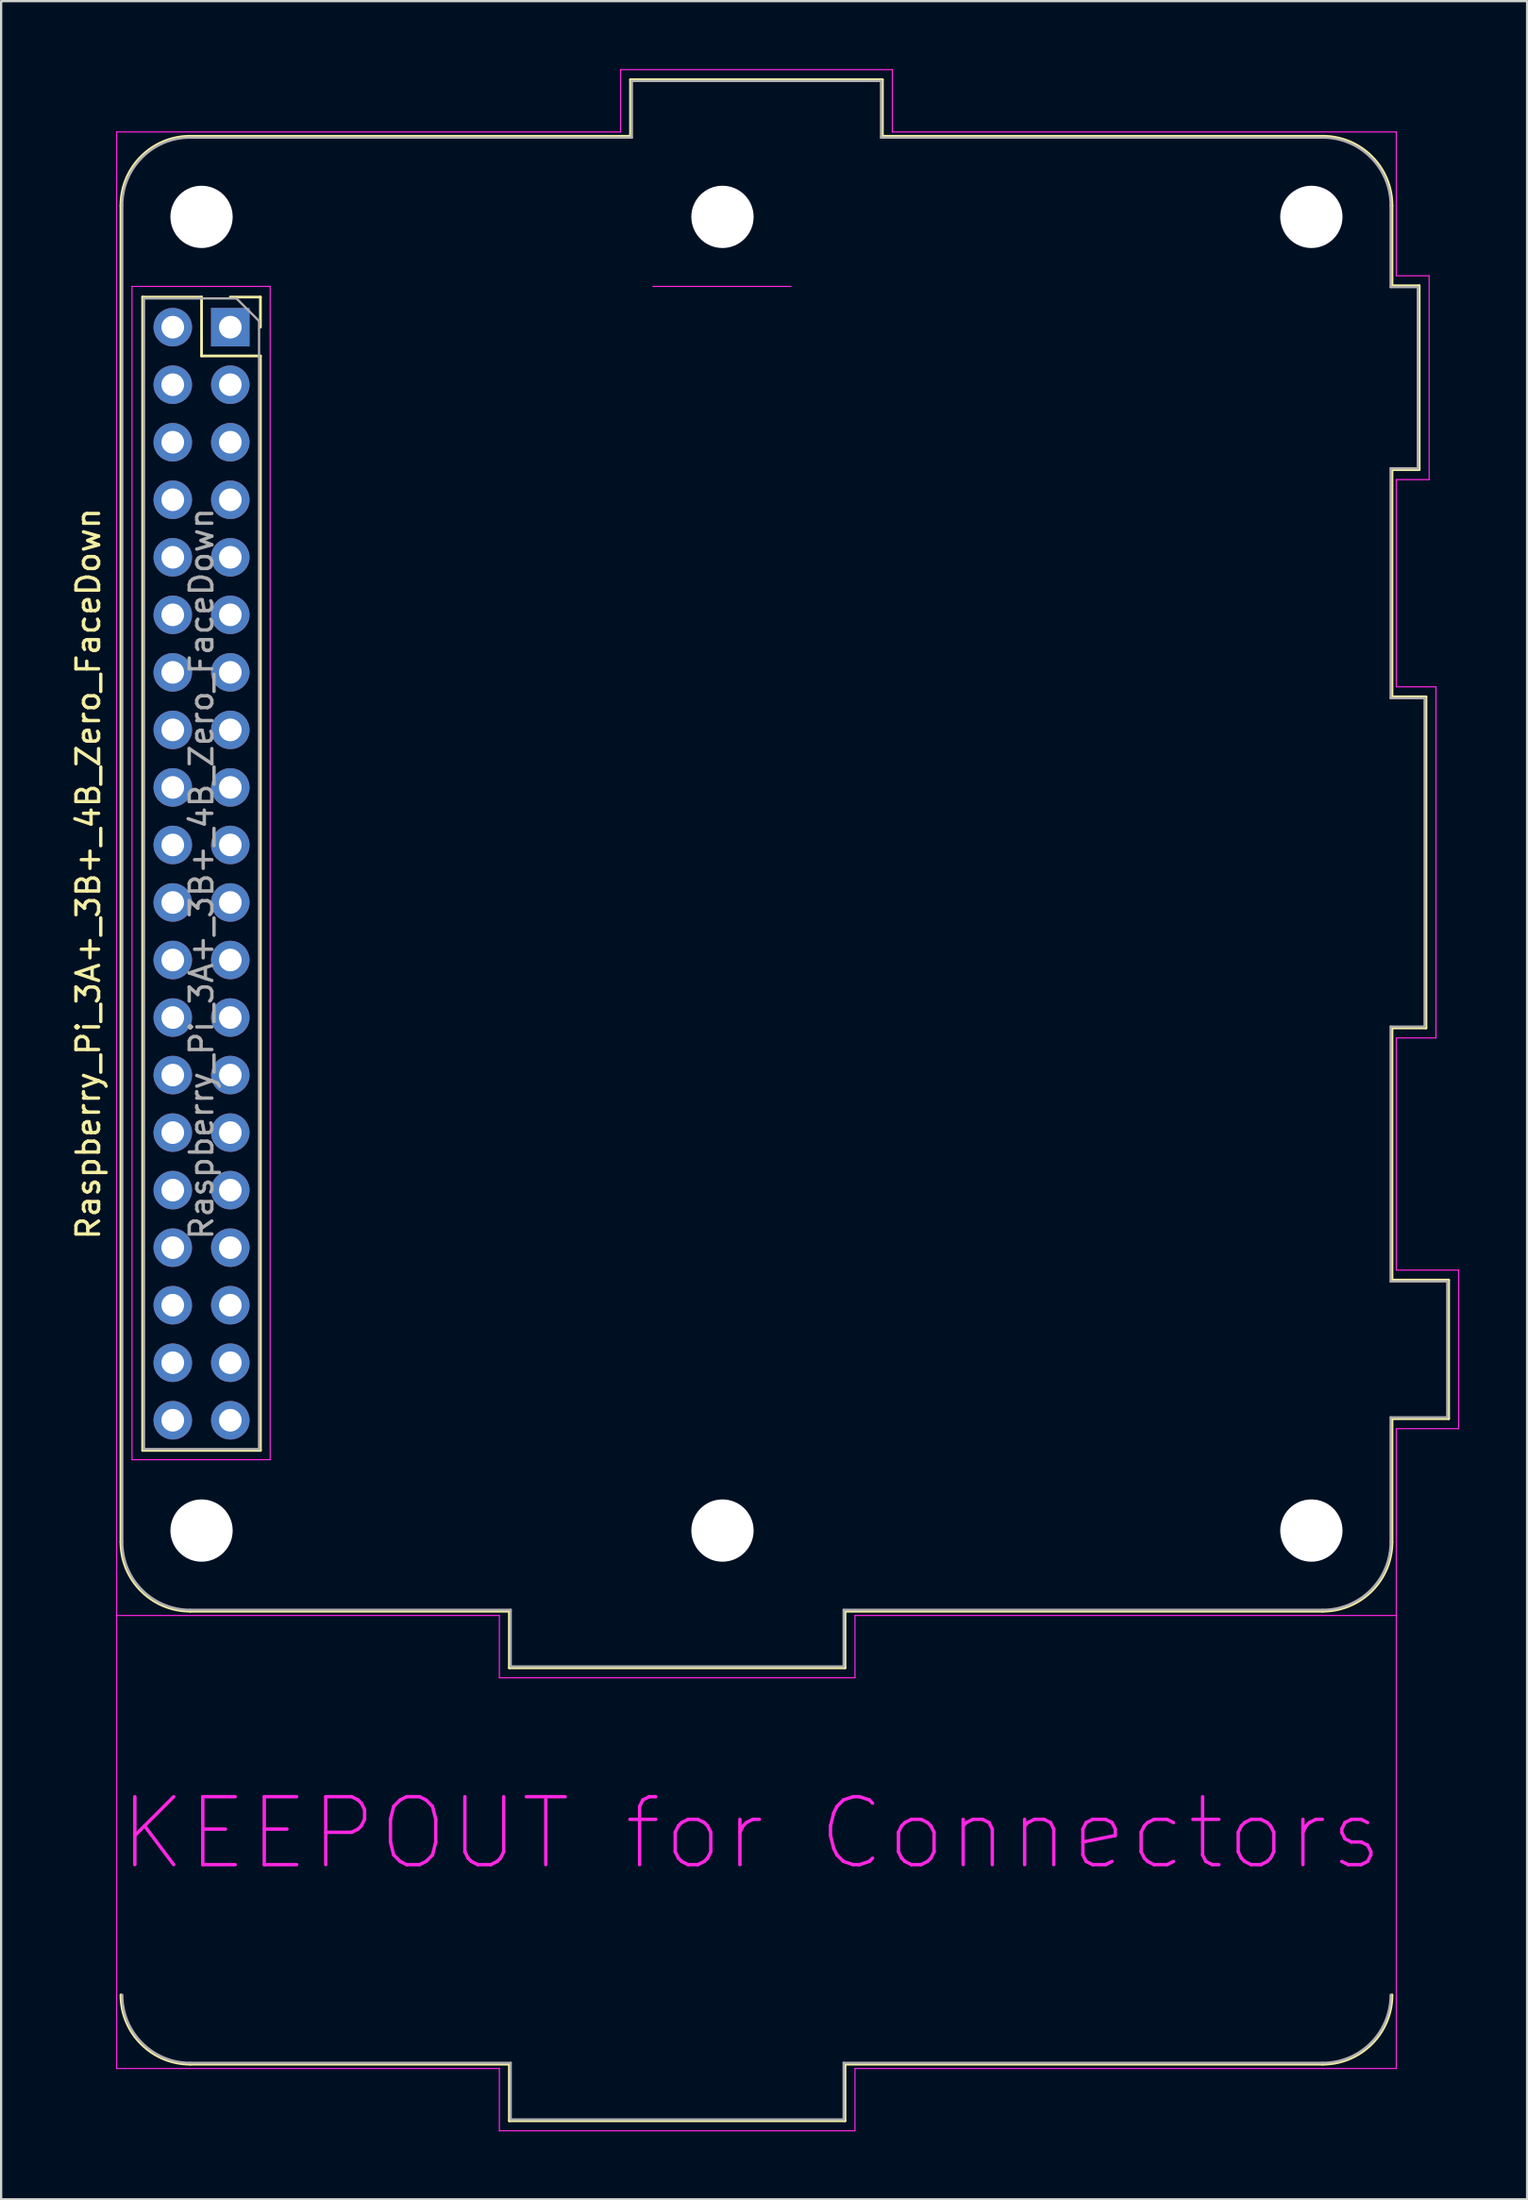
<source format=kicad_pcb>
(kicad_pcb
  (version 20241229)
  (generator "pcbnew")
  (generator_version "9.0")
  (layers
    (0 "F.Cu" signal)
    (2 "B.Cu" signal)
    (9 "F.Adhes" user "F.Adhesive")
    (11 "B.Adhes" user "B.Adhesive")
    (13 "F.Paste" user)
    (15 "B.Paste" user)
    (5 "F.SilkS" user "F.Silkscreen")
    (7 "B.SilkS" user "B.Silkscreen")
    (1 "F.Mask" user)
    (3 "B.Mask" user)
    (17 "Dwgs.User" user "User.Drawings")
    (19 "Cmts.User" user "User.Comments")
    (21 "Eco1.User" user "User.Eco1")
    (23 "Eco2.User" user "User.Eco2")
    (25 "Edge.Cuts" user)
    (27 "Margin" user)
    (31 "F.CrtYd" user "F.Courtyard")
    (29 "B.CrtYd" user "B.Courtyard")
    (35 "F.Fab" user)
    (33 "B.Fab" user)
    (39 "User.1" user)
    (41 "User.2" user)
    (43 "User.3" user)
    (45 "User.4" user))
  (footprint "Raspberry_Pi_3A+_3B+_4B_Zero_FaceDown"
    (layer "F.Cu")
    (at 7.118 11.395)
    (property "Reference" "Raspberry_Pi_3A+_3B+_4B_Zero_FaceDown" (at -6.27 24.13 90) (layer "F.SilkS") (effects (font (size 1 1) (thickness 0.15))))
    (attr through_hole)
    (fp_line (start -4.83 53.63) (end -4.83 -5.37) (stroke (width 0.12) (type solid)) (layer "F.SilkS"))
    (fp_line (start -3.87 -1.33) (end -3.87 49.59) (stroke (width 0.12) (type solid)) (layer "F.SilkS"))
    (fp_line (start -3.87 -1.33) (end -1.27 -1.33) (stroke (width 0.12) (type solid)) (layer "F.SilkS"))
    (fp_line (start -3.87 49.59) (end 1.33 49.59) (stroke (width 0.12) (type solid)) (layer "F.SilkS"))
    (fp_line (start -1.77 -8.43) (end 17.67 -8.43) (stroke (width 0.12) (type solid)) (layer "F.SilkS"))
    (fp_line (start -1.77 56.69) (end 12.32 56.69) (stroke (width 0.12) (type solid)) (layer "F.SilkS"))
    (fp_line (start -1.77 76.69) (end 12.32 76.69) (stroke (width 0.12) (type solid)) (layer "F.SilkS"))
    (fp_line (start -1.27 -1.33) (end -1.27 1.27) (stroke (width 0.12) (type solid)) (layer "F.SilkS"))
    (fp_line (start -1.27 1.27) (end 1.33 1.27) (stroke (width 0.12) (type solid)) (layer "F.SilkS"))
    (fp_line (start 0 -1.33) (end 1.33 -1.33) (stroke (width 0.12) (type solid)) (layer "F.SilkS"))
    (fp_line (start 1.33 -1.33) (end 1.33 0) (stroke (width 0.12) (type solid)) (layer "F.SilkS"))
    (fp_line (start 1.33 1.27) (end 1.33 49.59) (stroke (width 0.12) (type solid)) (layer "F.SilkS"))
    (fp_line (start 12.32 56.69) (end 12.32 59.19) (stroke (width 0.12) (type solid)) (layer "F.SilkS"))
    (fp_line (start 12.32 59.19) (end 27.14 59.19) (stroke (width 0.12) (type solid)) (layer "F.SilkS"))
    (fp_line (start 12.32 76.69) (end 12.32 79.19) (stroke (width 0.12) (type solid)) (layer "F.SilkS"))
    (fp_line (start 12.32 79.19) (end 27.14 79.19) (stroke (width 0.12) (type solid)) (layer "F.SilkS"))
    (fp_line (start 17.67 -10.93) (end 17.67 -8.43) (stroke (width 0.12) (type solid)) (layer "F.SilkS"))
    (fp_line (start 27.14 56.69) (end 48.23 56.69) (stroke (width 0.12) (type solid)) (layer "F.SilkS"))
    (fp_line (start 27.14 59.19) (end 27.14 56.69) (stroke (width 0.12) (type solid)) (layer "F.SilkS"))
    (fp_line (start 27.14 76.69) (end 48.23 76.69) (stroke (width 0.12) (type solid)) (layer "F.SilkS"))
    (fp_line (start 27.14 79.19) (end 27.14 76.69) (stroke (width 0.12) (type solid)) (layer "F.SilkS"))
    (fp_line (start 28.79 -10.93) (end 17.67 -10.93) (stroke (width 0.12) (type solid)) (layer "F.SilkS"))
    (fp_line (start 28.79 -8.43) (end 28.79 -10.93) (stroke (width 0.12) (type solid)) (layer "F.SilkS"))
    (fp_line (start 48.23 -8.43) (end 28.79 -8.43) (stroke (width 0.12) (type solid)) (layer "F.SilkS"))
    (fp_line (start 51.29 -5.37) (end 51.29 -1.83) (stroke (width 0.12) (type solid)) (layer "F.SilkS"))
    (fp_line (start 51.29 -1.83) (end 52.49 -1.83) (stroke (width 0.12) (type solid)) (layer "F.SilkS"))
    (fp_line (start 51.29 6.29) (end 51.29 16.32) (stroke (width 0.12) (type solid)) (layer "F.SilkS"))
    (fp_line (start 51.29 16.32) (end 52.79 16.32) (stroke (width 0.12) (type solid)) (layer "F.SilkS"))
    (fp_line (start 51.29 30.94) (end 51.29 42.07) (stroke (width 0.12) (type solid)) (layer "F.SilkS"))
    (fp_line (start 51.29 42.07) (end 53.79 42.07) (stroke (width 0.12) (type solid)) (layer "F.SilkS"))
    (fp_line (start 51.29 48.19) (end 51.29 53.63) (stroke (width 0.12) (type solid)) (layer "F.SilkS"))
    (fp_line (start 52.49 -1.83) (end 52.49 6.29) (stroke (width 0.12) (type solid)) (layer "F.SilkS"))
    (fp_line (start 52.49 6.29) (end 51.29 6.29) (stroke (width 0.12) (type solid)) (layer "F.SilkS"))
    (fp_line (start 52.79 16.32) (end 52.79 30.94) (stroke (width 0.12) (type solid)) (layer "F.SilkS"))
    (fp_line (start 52.79 30.94) (end 51.29 30.94) (stroke (width 0.12) (type solid)) (layer "F.SilkS"))
    (fp_line (start 53.79 42.07) (end 53.79 48.19) (stroke (width 0.12) (type solid)) (layer "F.SilkS"))
    (fp_line (start 53.79 48.19) (end 51.29 48.19) (stroke (width 0.12) (type solid)) (layer "F.SilkS"))
    (fp_arc (start -4.83 -5.37) (mid -3.933747 -7.533747) (end -1.77 -8.43) (stroke (width 0.12) (type solid)) (layer "F.SilkS"))
    (fp_arc (start -1.77 56.69) (mid -3.933747 55.793747) (end -4.83 53.63) (stroke (width 0.12) (type solid)) (layer "F.SilkS"))
    (fp_arc (start -1.77 76.69) (mid -3.933747 75.793747) (end -4.83 73.63) (stroke (width 0.12) (type solid)) (layer "F.SilkS"))
    (fp_arc (start 48.23 -8.43) (mid 50.393747 -7.533747) (end 51.29 -5.37) (stroke (width 0.12) (type solid)) (layer "F.SilkS"))
    (fp_arc (start 51.29 53.63) (mid 50.393747 55.793747) (end 48.23 56.69) (stroke (width 0.12) (type solid)) (layer "F.SilkS"))
    (fp_arc (start 51.29 73.63) (mid 50.393747 75.793747) (end 48.23 76.69) (stroke (width 0.12) (type solid)) (layer "F.SilkS"))
    (fp_line (start -5.02 -8.62) (end 17.23 -8.62) (stroke (width 0.05) (type solid)) (layer "F.CrtYd"))
    (fp_line (start -5.02 76.88) (end -5.02 -8.62) (stroke (width 0.05) (type solid)) (layer "F.CrtYd"))
    (fp_line (start -4.34 -1.8) (end 1.76 -1.8) (stroke (width 0.05) (type solid)) (layer "F.CrtYd"))
    (fp_line (start -4.34 50) (end -4.34 -1.8) (stroke (width 0.05) (type solid)) (layer "F.CrtYd"))
    (fp_line (start 1.76 -1.8) (end 1.76 50) (stroke (width 0.05) (type solid)) (layer "F.CrtYd"))
    (fp_line (start 1.76 50) (end -4.34 50) (stroke (width 0.05) (type solid)) (layer "F.CrtYd"))
    (fp_line (start 11.88 56.88) (end -5.02 56.88) (stroke (width 0.05) (type solid)) (layer "F.CrtYd"))
    (fp_line (start 11.88 59.63) (end 11.88 56.88) (stroke (width 0.05) (type solid)) (layer "F.CrtYd"))
    (fp_line (start 11.88 76.88) (end -5.02 76.88) (stroke (width 0.05) (type solid)) (layer "F.CrtYd"))
    (fp_line (start 11.88 79.63) (end 11.88 76.88) (stroke (width 0.05) (type solid)) (layer "F.CrtYd"))
    (fp_line (start 17.23 -11.37) (end 29.23 -11.37) (stroke (width 0.05) (type solid)) (layer "F.CrtYd"))
    (fp_line (start 17.23 -8.62) (end 17.23 -11.37) (stroke (width 0.05) (type solid)) (layer "F.CrtYd"))
    (fp_line (start 18.66 -1.8) (end 24.76 -1.8) (stroke (width 0.05) (type solid)) (layer "F.CrtYd"))
    (fp_line (start 27.58 56.88) (end 27.58 59.63) (stroke (width 0.05) (type solid)) (layer "F.CrtYd"))
    (fp_line (start 27.58 59.63) (end 11.88 59.63) (stroke (width 0.05) (type solid)) (layer "F.CrtYd"))
    (fp_line (start 27.58 76.88) (end 27.58 79.63) (stroke (width 0.05) (type solid)) (layer "F.CrtYd"))
    (fp_line (start 27.58 79.63) (end 11.88 79.63) (stroke (width 0.05) (type solid)) (layer "F.CrtYd"))
    (fp_line (start 29.23 -11.37) (end 29.23 -8.62) (stroke (width 0.05) (type solid)) (layer "F.CrtYd"))
    (fp_line (start 29.23 -8.62) (end 51.48 -8.62) (stroke (width 0.05) (type solid)) (layer "F.CrtYd"))
    (fp_line (start 51.48 -8.62) (end 51.48 -2.27) (stroke (width 0.05) (type solid)) (layer "F.CrtYd"))
    (fp_line (start 51.48 -2.27) (end 52.93 -2.27) (stroke (width 0.05) (type solid)) (layer "F.CrtYd"))
    (fp_line (start 51.48 6.73) (end 51.48 15.88) (stroke (width 0.05) (type solid)) (layer "F.CrtYd"))
    (fp_line (start 51.48 15.88) (end 53.23 15.88) (stroke (width 0.05) (type solid)) (layer "F.CrtYd"))
    (fp_line (start 51.48 31.38) (end 51.48 41.63) (stroke (width 0.05) (type solid)) (layer "F.CrtYd"))
    (fp_line (start 51.48 41.63) (end 54.23 41.63) (stroke (width 0.05) (type solid)) (layer "F.CrtYd"))
    (fp_line (start 51.48 48.63) (end 51.48 76.88) (stroke (width 0.05) (type solid)) (layer "F.CrtYd"))
    (fp_line (start 51.48 56.88) (end 27.58 56.88) (stroke (width 0.05) (type solid)) (layer "F.CrtYd"))
    (fp_line (start 51.48 76.88) (end 27.58 76.88) (stroke (width 0.05) (type solid)) (layer "F.CrtYd"))
    (fp_line (start 52.93 -2.27) (end 52.93 6.73) (stroke (width 0.05) (type solid)) (layer "F.CrtYd"))
    (fp_line (start 52.93 6.73) (end 51.48 6.73) (stroke (width 0.05) (type solid)) (layer "F.CrtYd"))
    (fp_line (start 53.23 15.88) (end 53.23 31.38) (stroke (width 0.05) (type solid)) (layer "F.CrtYd"))
    (fp_line (start 53.23 31.38) (end 51.48 31.38) (stroke (width 0.05) (type solid)) (layer "F.CrtYd"))
    (fp_line (start 54.23 41.63) (end 54.23 48.63) (stroke (width 0.05) (type solid)) (layer "F.CrtYd"))
    (fp_line (start 54.23 48.63) (end 51.48 48.63) (stroke (width 0.05) (type solid)) (layer "F.CrtYd"))
    (fp_line (start -4.77 53.63) (end -4.77 -5.37) (stroke (width 0.1) (type solid)) (layer "F.Fab"))
    (fp_line (start -3.81 -1.27) (end 0.27 -1.27) (stroke (width 0.1) (type solid)) (layer "F.Fab"))
    (fp_line (start -3.81 49.53) (end -3.81 -1.27) (stroke (width 0.1) (type solid)) (layer "F.Fab"))
    (fp_line (start -1.77 -8.37) (end 17.73 -8.37) (stroke (width 0.1) (type solid)) (layer "F.Fab"))
    (fp_line (start 0.27 -1.27) (end 1.27 -0.27) (stroke (width 0.1) (type solid)) (layer "F.Fab"))
    (fp_line (start 1.27 -0.27) (end 1.27 49.53) (stroke (width 0.1) (type solid)) (layer "F.Fab"))
    (fp_line (start 1.27 49.53) (end -3.81 49.53) (stroke (width 0.1) (type solid)) (layer "F.Fab"))
    (fp_line (start 12.38 56.63) (end -1.77 56.63) (stroke (width 0.1) (type solid)) (layer "F.Fab"))
    (fp_line (start 12.38 59.13) (end 12.38 56.63) (stroke (width 0.1) (type solid)) (layer "F.Fab"))
    (fp_line (start 12.38 76.63) (end -1.77 76.63) (stroke (width 0.1) (type solid)) (layer "F.Fab"))
    (fp_line (start 12.38 79.13) (end 12.38 76.63) (stroke (width 0.1) (type solid)) (layer "F.Fab"))
    (fp_line (start 17.73 -10.87) (end 17.73 -8.37) (stroke (width 0.1) (type solid)) (layer "F.Fab"))
    (fp_line (start 27.08 56.63) (end 27.08 59.13) (stroke (width 0.1) (type solid)) (layer "F.Fab"))
    (fp_line (start 27.08 59.13) (end 12.38 59.13) (stroke (width 0.1) (type solid)) (layer "F.Fab"))
    (fp_line (start 27.08 76.63) (end 27.08 79.13) (stroke (width 0.1) (type solid)) (layer "F.Fab"))
    (fp_line (start 27.08 79.13) (end 12.38 79.13) (stroke (width 0.1) (type solid)) (layer "F.Fab"))
    (fp_line (start 28.73 -10.87) (end 17.73 -10.87) (stroke (width 0.1) (type solid)) (layer "F.Fab"))
    (fp_line (start 28.73 -8.37) (end 28.73 -10.87) (stroke (width 0.1) (type solid)) (layer "F.Fab"))
    (fp_line (start 48.23 -8.37) (end 28.73 -8.37) (stroke (width 0.1) (type solid)) (layer "F.Fab"))
    (fp_line (start 48.23 56.63) (end 27.08 56.63) (stroke (width 0.1) (type solid)) (layer "F.Fab"))
    (fp_line (start 48.23 76.63) (end 27.08 76.63) (stroke (width 0.1) (type solid)) (layer "F.Fab"))
    (fp_line (start 51.23 -5.37) (end 51.23 -1.77) (stroke (width 0.1) (type solid)) (layer "F.Fab"))
    (fp_line (start 51.23 -1.77) (end 52.43 -1.77) (stroke (width 0.1) (type solid)) (layer "F.Fab"))
    (fp_line (start 51.23 6.23) (end 51.23 16.38) (stroke (width 0.1) (type solid)) (layer "F.Fab"))
    (fp_line (start 51.23 16.38) (end 52.73 16.38) (stroke (width 0.1) (type solid)) (layer "F.Fab"))
    (fp_line (start 51.23 30.88) (end 51.23 42.13) (stroke (width 0.1) (type solid)) (layer "F.Fab"))
    (fp_line (start 51.23 42.13) (end 53.73 42.13) (stroke (width 0.1) (type solid)) (layer "F.Fab"))
    (fp_line (start 51.23 48.13) (end 51.23 53.63) (stroke (width 0.1) (type solid)) (layer "F.Fab"))
    (fp_line (start 52.43 -1.77) (end 52.43 6.23) (stroke (width 0.1) (type solid)) (layer "F.Fab"))
    (fp_line (start 52.43 6.23) (end 51.23 6.23) (stroke (width 0.1) (type solid)) (layer "F.Fab"))
    (fp_line (start 52.73 16.38) (end 52.73 30.88) (stroke (width 0.1) (type solid)) (layer "F.Fab"))
    (fp_line (start 52.73 30.88) (end 51.23 30.88) (stroke (width 0.1) (type solid)) (layer "F.Fab"))
    (fp_line (start 53.73 42.13) (end 53.73 48.13) (stroke (width 0.1) (type solid)) (layer "F.Fab"))
    (fp_line (start 53.73 48.13) (end 51.23 48.13) (stroke (width 0.1) (type solid)) (layer "F.Fab"))
    (fp_arc (start -4.77 -5.37) (mid -3.89132 -7.49132) (end -1.77 -8.37) (stroke (width 0.1) (type solid)) (layer "F.Fab"))
    (fp_arc (start -1.77 56.63) (mid -3.89132 55.75132) (end -4.77 53.63) (stroke (width 0.1) (type solid)) (layer "F.Fab"))
    (fp_arc (start -1.77 76.63) (mid -3.89132 75.75132) (end -4.77 73.63) (stroke (width 0.1) (type solid)) (layer "F.Fab"))
    (fp_arc (start 48.23 -8.37) (mid 50.35132 -7.49132) (end 51.23 -5.37) (stroke (width 0.1) (type solid)) (layer "F.Fab"))
    (fp_arc (start 51.23 53.63) (mid 50.35132 55.75132) (end 48.23 56.63) (stroke (width 0.1) (type solid)) (layer "F.Fab"))
    (fp_arc (start 51.23 73.63) (mid 50.35132 75.75132) (end 48.23 76.63) (stroke (width 0.1) (type solid)) (layer "F.Fab"))
    (fp_text user "KEEPOUT for Connectors" (at 23 66.5 0) (layer "F.CrtYd") (effects (font (size 3 3) (thickness 0.15))))
    (fp_text user "${REFERENCE}" (at -1.27 24.13 90) (layer "F.Fab") (effects (font (size 1 1) (thickness 0.15))))
    (pad "" np_thru_hole circle (at -1.27 -4.87 90) (size 2.75 2.75) (drill 2.75) (layers "*.Cu" "*.Mask"))
    (pad "" np_thru_hole circle (at -1.27 53.13 90) (size 2.75 2.75) (drill 2.75) (layers "*.Cu" "*.Mask"))
    (pad "" np_thru_hole circle (at 21.73 -4.87 90) (size 2.75 2.75) (drill 2.75) (layers "*.Cu" "*.Mask"))
    (pad "" np_thru_hole circle (at 21.73 53.13 90) (size 2.75 2.75) (drill 2.75) (layers "*.Cu" "*.Mask"))
    (pad "" np_thru_hole circle (at 47.73 -4.87 90) (size 2.75 2.75) (drill 2.75) (layers "*.Cu" "*.Mask"))
    (pad "" np_thru_hole circle (at 47.73 53.13 90) (size 2.75 2.75) (drill 2.75) (layers "*.Cu" "*.Mask"))
    (pad "1" thru_hole rect (at 0 0) (size 1.7 1.7) (drill 1) (layers "*.Cu" "*.Mask"))
    (pad "2" thru_hole oval (at -2.54 0) (size 1.7 1.7) (drill 1) (layers "*.Cu" "*.Mask"))
    (pad "3" thru_hole oval (at 0 2.54) (size 1.7 1.7) (drill 1) (layers "*.Cu" "*.Mask"))
    (pad "4" thru_hole oval (at -2.54 2.54) (size 1.7 1.7) (drill 1) (layers "*.Cu" "*.Mask"))
    (pad "5" thru_hole oval (at 0 5.08) (size 1.7 1.7) (drill 1) (layers "*.Cu" "*.Mask"))
    (pad "6" thru_hole oval (at -2.54 5.08) (size 1.7 1.7) (drill 1) (layers "*.Cu" "*.Mask"))
    (pad "7" thru_hole oval (at 0 7.62) (size 1.7 1.7) (drill 1) (layers "*.Cu" "*.Mask"))
    (pad "8" thru_hole oval (at -2.54 7.62) (size 1.7 1.7) (drill 1) (layers "*.Cu" "*.Mask"))
    (pad "9" thru_hole oval (at 0 10.16) (size 1.7 1.7) (drill 1) (layers "*.Cu" "*.Mask"))
    (pad "10" thru_hole oval (at -2.54 10.16) (size 1.7 1.7) (drill 1) (layers "*.Cu" "*.Mask"))
    (pad "11" thru_hole oval (at 0 12.7) (size 1.7 1.7) (drill 1) (layers "*.Cu" "*.Mask"))
    (pad "12" thru_hole oval (at -2.54 12.7) (size 1.7 1.7) (drill 1) (layers "*.Cu" "*.Mask"))
    (pad "13" thru_hole oval (at 0 15.24) (size 1.7 1.7) (drill 1) (layers "*.Cu" "*.Mask"))
    (pad "14" thru_hole oval (at -2.54 15.24) (size 1.7 1.7) (drill 1) (layers "*.Cu" "*.Mask"))
    (pad "15" thru_hole oval (at 0 17.78) (size 1.7 1.7) (drill 1) (layers "*.Cu" "*.Mask"))
    (pad "16" thru_hole oval (at -2.54 17.78) (size 1.7 1.7) (drill 1) (layers "*.Cu" "*.Mask"))
    (pad "17" thru_hole oval (at 0 20.32) (size 1.7 1.7) (drill 1) (layers "*.Cu" "*.Mask"))
    (pad "18" thru_hole oval (at -2.54 20.32) (size 1.7 1.7) (drill 1) (layers "*.Cu" "*.Mask"))
    (pad "19" thru_hole oval (at 0 22.86) (size 1.7 1.7) (drill 1) (layers "*.Cu" "*.Mask"))
    (pad "20" thru_hole oval (at -2.54 22.86) (size 1.7 1.7) (drill 1) (layers "*.Cu" "*.Mask"))
    (pad "21" thru_hole oval (at 0 25.4) (size 1.7 1.7) (drill 1) (layers "*.Cu" "*.Mask"))
    (pad "22" thru_hole oval (at -2.54 25.4) (size 1.7 1.7) (drill 1) (layers "*.Cu" "*.Mask"))
    (pad "23" thru_hole oval (at 0 27.94) (size 1.7 1.7) (drill 1) (layers "*.Cu" "*.Mask"))
    (pad "24" thru_hole oval (at -2.54 27.94) (size 1.7 1.7) (drill 1) (layers "*.Cu" "*.Mask"))
    (pad "25" thru_hole oval (at 0 30.48) (size 1.7 1.7) (drill 1) (layers "*.Cu" "*.Mask"))
    (pad "26" thru_hole oval (at -2.54 30.48) (size 1.7 1.7) (drill 1) (layers "*.Cu" "*.Mask"))
    (pad "27" thru_hole oval (at 0 33.02) (size 1.7 1.7) (drill 1) (layers "*.Cu" "*.Mask"))
    (pad "28" thru_hole oval (at -2.54 33.02) (size 1.7 1.7) (drill 1) (layers "*.Cu" "*.Mask"))
    (pad "29" thru_hole oval (at 0 35.56) (size 1.7 1.7) (drill 1) (layers "*.Cu" "*.Mask"))
    (pad "30" thru_hole oval (at -2.54 35.56) (size 1.7 1.7) (drill 1) (layers "*.Cu" "*.Mask"))
    (pad "31" thru_hole oval (at 0 38.1) (size 1.7 1.7) (drill 1) (layers "*.Cu" "*.Mask"))
    (pad "32" thru_hole oval (at -2.54 38.1) (size 1.7 1.7) (drill 1) (layers "*.Cu" "*.Mask"))
    (pad "33" thru_hole oval (at 0 40.64) (size 1.7 1.7) (drill 1) (layers "*.Cu" "*.Mask"))
    (pad "34" thru_hole oval (at -2.54 40.64) (size 1.7 1.7) (drill 1) (layers "*.Cu" "*.Mask"))
    (pad "35" thru_hole oval (at 0 43.18) (size 1.7 1.7) (drill 1) (layers "*.Cu" "*.Mask"))
    (pad "36" thru_hole oval (at -2.54 43.18) (size 1.7 1.7) (drill 1) (layers "*.Cu" "*.Mask"))
    (pad "37" thru_hole oval (at 0 45.72) (size 1.7 1.7) (drill 1) (layers "*.Cu" "*.Mask"))
    (pad "38" thru_hole oval (at -2.54 45.72) (size 1.7 1.7) (drill 1) (layers "*.Cu" "*.Mask"))
    (pad "39" thru_hole oval (at 0 48.26) (size 1.7 1.7) (drill 1) (layers "*.Cu" "*.Mask"))
    (pad "40" thru_hole oval (at -2.54 48.26) (size 1.7 1.7) (drill 1) (layers "*.Cu" "*.Mask")))
  (gr_rect
    (start -3 -3)
    (end 64.373 94.05)
    (stroke (width 0.1) (type default))
    (fill no)
    (layer "Edge.Cuts")))
</source>
